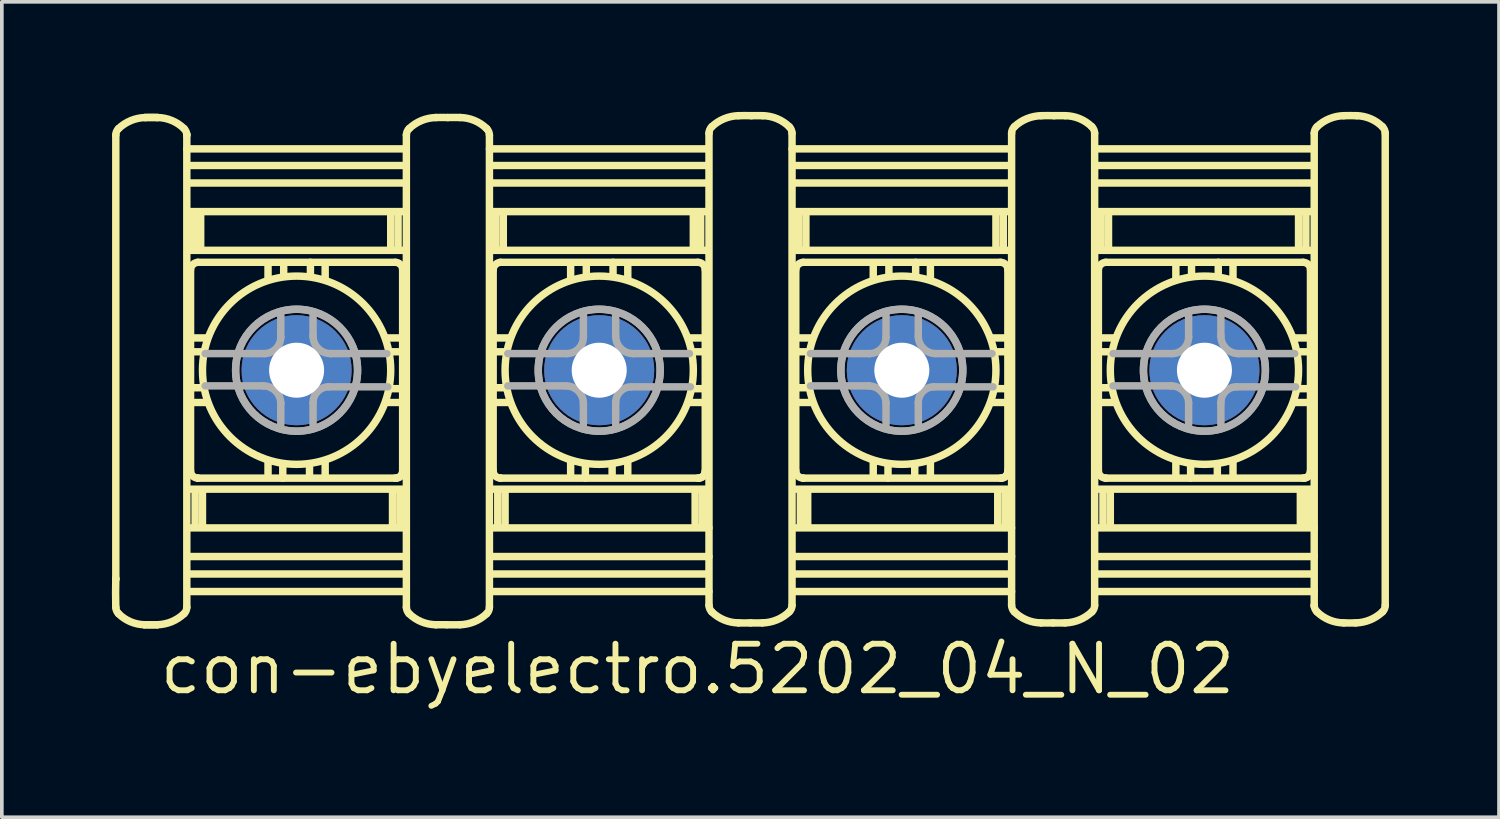
<source format=kicad_pcb>
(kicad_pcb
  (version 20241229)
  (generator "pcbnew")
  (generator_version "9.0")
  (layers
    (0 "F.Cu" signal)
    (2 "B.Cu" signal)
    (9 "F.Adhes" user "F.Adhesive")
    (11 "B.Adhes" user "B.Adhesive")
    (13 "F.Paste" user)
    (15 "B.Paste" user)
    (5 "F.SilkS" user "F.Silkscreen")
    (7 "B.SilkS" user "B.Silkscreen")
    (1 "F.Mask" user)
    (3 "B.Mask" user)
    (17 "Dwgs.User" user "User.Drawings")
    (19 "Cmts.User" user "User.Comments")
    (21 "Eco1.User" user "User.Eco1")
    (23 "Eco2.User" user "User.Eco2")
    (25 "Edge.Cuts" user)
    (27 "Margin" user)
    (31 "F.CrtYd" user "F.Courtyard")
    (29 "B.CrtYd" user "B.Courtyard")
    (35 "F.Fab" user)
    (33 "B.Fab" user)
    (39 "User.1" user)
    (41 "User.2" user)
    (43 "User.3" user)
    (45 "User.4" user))
  (footprint "con-ebyelectro.5202_04_N_02"
    (layer "F.Cu")
    (at 17.411 7.043)
    (property "Reference" "con-ebyelectro.5202_04_N_02" (at -16.185 8.89 0) (layer "F.SilkS") (effects (font (size 1.27 1.27) (thickness 0.16)) (justify left bottom)))
    (attr through_hole)
    (fp_line (start -17.304 -6.411) (end -17.304 5.682) (stroke (width 0.203) (type default)) (layer "F.SilkS"))
    (fp_line (start -17.304 5.682) (end -17.304 5.707) (stroke (width 0.203) (type default)) (layer "F.SilkS"))
    (fp_line (start -15.368 -6.411) (end -15.368 -6.436) (stroke (width 0.203) (type default)) (layer "F.SilkS"))
    (fp_line (start -15.368 6.461) (end -15.368 -6.411) (stroke (width 0.203) (type default)) (layer "F.SilkS"))
    (fp_line (start -15.342 3.243) (end -9.433 3.243) (stroke (width 0.203) (type default)) (layer "F.SilkS"))
    (fp_line (start -15.342 4.299) (end -9.383 4.299) (stroke (width 0.203) (type default)) (layer "F.SilkS"))
    (fp_line (start -15.342 5.079) (end -9.383 5.079) (stroke (width 0.203) (type default)) (layer "F.SilkS"))
    (fp_line (start -15.342 5.556) (end -9.408 5.556) (stroke (width 0.203) (type default)) (layer "F.SilkS"))
    (fp_line (start -15.342 6.034) (end -9.383 6.034) (stroke (width 0.203) (type default)) (layer "F.SilkS"))
    (fp_line (start -15.317 0.88) (end -14.814 0.88) (stroke (width 0.203) (type default)) (layer "F.SilkS"))
    (fp_line (start -15.266 -2.741) (end -15.266 2.74) (stroke (width 0.203) (type default)) (layer "F.SilkS"))
    (fp_line (start -15.241 -0.88) (end -14.814 -0.88) (stroke (width 0.203) (type default)) (layer "F.SilkS"))
    (fp_line (start -15.241 -0.503) (end -14.914 -0.503) (stroke (width 0.203) (type default)) (layer "F.SilkS"))
    (fp_line (start -15.241 0.478) (end -14.914 0.478) (stroke (width 0.203) (type default)) (layer "F.SilkS"))
    (fp_line (start -15.19 -3.319) (end -15.19 -4.299) (stroke (width 0.203) (type default)) (layer "F.SilkS"))
    (fp_line (start -15.141 3.268) (end -15.141 4.274) (stroke (width 0.203) (type default)) (layer "F.SilkS"))
    (fp_line (start -15.065 2.942) (end -15.065 2.942) (stroke (width 0.203) (type default)) (layer "F.SilkS"))
    (fp_line (start -15.065 2.942) (end -9.66 2.942) (stroke (width 0.203) (type default)) (layer "F.SilkS"))
    (fp_line (start -14.99 -3.294) (end -14.99 -4.274) (stroke (width 0.203) (type default)) (layer "F.SilkS"))
    (fp_line (start -14.941 3.293) (end -14.941 4.274) (stroke (width 0.203) (type default)) (layer "F.SilkS"))
    (fp_line (start -13.154 -2.464) (end -13.154 -2.917) (stroke (width 0.203) (type default)) (layer "F.SilkS"))
    (fp_line (start -13.154 2.917) (end -13.154 2.489) (stroke (width 0.203) (type default)) (layer "F.SilkS"))
    (fp_line (start -12.752 2.942) (end -12.752 2.564) (stroke (width 0.203) (type default)) (layer "F.SilkS"))
    (fp_line (start -12.727 -2.564) (end -12.727 -2.917) (stroke (width 0.203) (type default)) (layer "F.SilkS"))
    (fp_line (start -12.023 2.564) (end -12.023 2.917) (stroke (width 0.203) (type default)) (layer "F.SilkS"))
    (fp_line (start -11.998 -2.942) (end -11.998 -2.564) (stroke (width 0.203) (type default)) (layer "F.SilkS"))
    (fp_line (start -11.596 -2.917) (end -11.596 -2.489) (stroke (width 0.203) (type default)) (layer "F.SilkS"))
    (fp_line (start -11.596 2.464) (end -11.596 2.917) (stroke (width 0.203) (type default)) (layer "F.SilkS"))
    (fp_line (start -9.809 -3.319) (end -9.809 -4.274) (stroke (width 0.203) (type default)) (layer "F.SilkS"))
    (fp_line (start -9.76 3.294) (end -9.76 4.274) (stroke (width 0.203) (type default)) (layer "F.SilkS"))
    (fp_line (start -9.686 -2.942) (end -15.067 -2.942) (stroke (width 0.203) (type default)) (layer "F.SilkS"))
    (fp_line (start -9.609 -3.294) (end -9.609 -4.249) (stroke (width 0.203) (type default)) (layer "F.SilkS"))
    (fp_line (start -9.56 3.293) (end -9.56 4.274) (stroke (width 0.203) (type default)) (layer "F.SilkS"))
    (fp_line (start -9.509 -0.88) (end -9.936 -0.88) (stroke (width 0.203) (type default)) (layer "F.SilkS"))
    (fp_line (start -9.509 -0.503) (end -9.81 -0.503) (stroke (width 0.203) (type default)) (layer "F.SilkS"))
    (fp_line (start -9.509 0.503) (end -9.836 0.503) (stroke (width 0.203) (type default)) (layer "F.SilkS"))
    (fp_line (start -9.509 0.88) (end -9.936 0.88) (stroke (width 0.203) (type default)) (layer "F.SilkS"))
    (fp_line (start -9.484 2.766) (end -9.484 -2.74) (stroke (width 0.203) (type default)) (layer "F.SilkS"))
    (fp_line (start -9.432 -5.581) (end -15.34 -5.581) (stroke (width 0.203) (type default)) (layer "F.SilkS"))
    (fp_line (start -9.432 -5.104) (end -15.34 -5.104) (stroke (width 0.203) (type default)) (layer "F.SilkS"))
    (fp_line (start -9.432 -4.324) (end -15.34 -4.324) (stroke (width 0.203) (type default)) (layer "F.SilkS"))
    (fp_line (start -9.432 -3.268) (end -15.29 -3.268) (stroke (width 0.203) (type default)) (layer "F.SilkS"))
    (fp_line (start -9.408 -6.034) (end -15.367 -6.034) (stroke (width 0.203) (type default)) (layer "F.SilkS"))
    (fp_line (start -9.382 -6.411) (end -9.382 6.462) (stroke (width 0.203) (type default)) (layer "F.SilkS"))
    (fp_line (start -7.118 6.461) (end -7.118 -6.411) (stroke (width 0.203) (type default)) (layer "F.SilkS"))
    (fp_line (start -7.092 3.243) (end -1.183 3.243) (stroke (width 0.203) (type default)) (layer "F.SilkS"))
    (fp_line (start -7.092 4.299) (end -1.133 4.299) (stroke (width 0.203) (type default)) (layer "F.SilkS"))
    (fp_line (start -7.092 5.079) (end -1.133 5.079) (stroke (width 0.203) (type default)) (layer "F.SilkS"))
    (fp_line (start -7.092 5.556) (end -1.158 5.556) (stroke (width 0.203) (type default)) (layer "F.SilkS"))
    (fp_line (start -7.092 6.034) (end -1.133 6.034) (stroke (width 0.203) (type default)) (layer "F.SilkS"))
    (fp_line (start -7.067 0.88) (end -6.564 0.88) (stroke (width 0.203) (type default)) (layer "F.SilkS"))
    (fp_line (start -7.016 -2.741) (end -7.016 2.74) (stroke (width 0.203) (type default)) (layer "F.SilkS"))
    (fp_line (start -6.991 -0.88) (end -6.564 -0.88) (stroke (width 0.203) (type default)) (layer "F.SilkS"))
    (fp_line (start -6.991 -0.503) (end -6.664 -0.503) (stroke (width 0.203) (type default)) (layer "F.SilkS"))
    (fp_line (start -6.991 0.478) (end -6.664 0.478) (stroke (width 0.203) (type default)) (layer "F.SilkS"))
    (fp_line (start -6.939 -3.319) (end -6.939 -4.299) (stroke (width 0.203) (type default)) (layer "F.SilkS"))
    (fp_line (start -6.891 3.268) (end -6.891 4.274) (stroke (width 0.203) (type default)) (layer "F.SilkS"))
    (fp_line (start -6.815 2.942) (end -6.815 2.942) (stroke (width 0.203) (type default)) (layer "F.SilkS"))
    (fp_line (start -6.815 2.942) (end -1.41 2.942) (stroke (width 0.203) (type default)) (layer "F.SilkS"))
    (fp_line (start -6.74 -3.294) (end -6.74 -4.274) (stroke (width 0.203) (type default)) (layer "F.SilkS"))
    (fp_line (start -6.691 3.293) (end -6.691 4.274) (stroke (width 0.203) (type default)) (layer "F.SilkS"))
    (fp_line (start -4.904 -2.464) (end -4.904 -2.917) (stroke (width 0.203) (type default)) (layer "F.SilkS"))
    (fp_line (start -4.904 2.917) (end -4.904 2.489) (stroke (width 0.203) (type default)) (layer "F.SilkS"))
    (fp_line (start -4.502 2.942) (end -4.502 2.564) (stroke (width 0.203) (type default)) (layer "F.SilkS"))
    (fp_line (start -4.477 -2.564) (end -4.477 -2.917) (stroke (width 0.203) (type default)) (layer "F.SilkS"))
    (fp_line (start -3.773 2.564) (end -3.773 2.917) (stroke (width 0.203) (type default)) (layer "F.SilkS"))
    (fp_line (start -3.748 -2.942) (end -3.748 -2.564) (stroke (width 0.203) (type default)) (layer "F.SilkS"))
    (fp_line (start -3.346 -2.917) (end -3.346 -2.489) (stroke (width 0.203) (type default)) (layer "F.SilkS"))
    (fp_line (start -3.346 2.464) (end -3.346 2.917) (stroke (width 0.203) (type default)) (layer "F.SilkS"))
    (fp_line (start -1.559 -3.319) (end -1.559 -4.274) (stroke (width 0.203) (type default)) (layer "F.SilkS"))
    (fp_line (start -1.51 3.294) (end -1.51 4.274) (stroke (width 0.203) (type default)) (layer "F.SilkS"))
    (fp_line (start -1.436 -2.942) (end -6.817 -2.942) (stroke (width 0.203) (type default)) (layer "F.SilkS"))
    (fp_line (start -1.359 -3.294) (end -1.359 -4.249) (stroke (width 0.203) (type default)) (layer "F.SilkS"))
    (fp_line (start -1.31 3.293) (end -1.31 4.274) (stroke (width 0.203) (type default)) (layer "F.SilkS"))
    (fp_line (start -1.259 -0.88) (end -1.686 -0.88) (stroke (width 0.203) (type default)) (layer "F.SilkS"))
    (fp_line (start -1.259 -0.503) (end -1.56 -0.503) (stroke (width 0.203) (type default)) (layer "F.SilkS"))
    (fp_line (start -1.259 0.503) (end -1.586 0.503) (stroke (width 0.203) (type default)) (layer "F.SilkS"))
    (fp_line (start -1.259 0.88) (end -1.686 0.88) (stroke (width 0.203) (type default)) (layer "F.SilkS"))
    (fp_line (start -1.234 2.766) (end -1.234 -2.74) (stroke (width 0.203) (type default)) (layer "F.SilkS"))
    (fp_line (start -1.182 -5.581) (end -7.09 -5.581) (stroke (width 0.203) (type default)) (layer "F.SilkS"))
    (fp_line (start -1.182 -5.104) (end -7.09 -5.104) (stroke (width 0.203) (type default)) (layer "F.SilkS"))
    (fp_line (start -1.182 -4.324) (end -7.09 -4.324) (stroke (width 0.203) (type default)) (layer "F.SilkS"))
    (fp_line (start -1.182 -3.268) (end -7.04 -3.268) (stroke (width 0.203) (type default)) (layer "F.SilkS"))
    (fp_line (start -1.158 -6.034) (end -7.117 -6.034) (stroke (width 0.203) (type default)) (layer "F.SilkS"))
    (fp_line (start -1.132 -6.461) (end -1.132 6.411) (stroke (width 0.203) (type default)) (layer "F.SilkS"))
    (fp_line (start 1.132 6.411) (end 1.132 -6.462) (stroke (width 0.203) (type default)) (layer "F.SilkS"))
    (fp_line (start 1.158 3.243) (end 7.067 3.243) (stroke (width 0.203) (type default)) (layer "F.SilkS"))
    (fp_line (start 1.158 4.299) (end 7.117 4.299) (stroke (width 0.203) (type default)) (layer "F.SilkS"))
    (fp_line (start 1.158 5.079) (end 7.117 5.079) (stroke (width 0.203) (type default)) (layer "F.SilkS"))
    (fp_line (start 1.158 5.556) (end 7.092 5.556) (stroke (width 0.203) (type default)) (layer "F.SilkS"))
    (fp_line (start 1.158 6.034) (end 7.117 6.034) (stroke (width 0.203) (type default)) (layer "F.SilkS"))
    (fp_line (start 1.183 0.88) (end 1.686 0.88) (stroke (width 0.203) (type default)) (layer "F.SilkS"))
    (fp_line (start 1.234 -2.741) (end 1.234 2.74) (stroke (width 0.203) (type default)) (layer "F.SilkS"))
    (fp_line (start 1.259 -0.88) (end 1.686 -0.88) (stroke (width 0.203) (type default)) (layer "F.SilkS"))
    (fp_line (start 1.259 -0.503) (end 1.586 -0.503) (stroke (width 0.203) (type default)) (layer "F.SilkS"))
    (fp_line (start 1.259 0.478) (end 1.586 0.478) (stroke (width 0.203) (type default)) (layer "F.SilkS"))
    (fp_line (start 1.31 -3.319) (end 1.31 -4.299) (stroke (width 0.203) (type default)) (layer "F.SilkS"))
    (fp_line (start 1.359 3.268) (end 1.359 4.274) (stroke (width 0.203) (type default)) (layer "F.SilkS"))
    (fp_line (start 1.435 2.942) (end 1.435 2.942) (stroke (width 0.203) (type default)) (layer "F.SilkS"))
    (fp_line (start 1.435 2.942) (end 6.84 2.942) (stroke (width 0.203) (type default)) (layer "F.SilkS"))
    (fp_line (start 1.51 -3.294) (end 1.51 -4.274) (stroke (width 0.203) (type default)) (layer "F.SilkS"))
    (fp_line (start 1.559 3.293) (end 1.559 4.274) (stroke (width 0.203) (type default)) (layer "F.SilkS"))
    (fp_line (start 3.346 -2.464) (end 3.346 -2.917) (stroke (width 0.203) (type default)) (layer "F.SilkS"))
    (fp_line (start 3.346 2.917) (end 3.346 2.489) (stroke (width 0.203) (type default)) (layer "F.SilkS"))
    (fp_line (start 3.748 2.942) (end 3.748 2.564) (stroke (width 0.203) (type default)) (layer "F.SilkS"))
    (fp_line (start 3.773 -2.564) (end 3.773 -2.917) (stroke (width 0.203) (type default)) (layer "F.SilkS"))
    (fp_line (start 4.477 2.564) (end 4.477 2.917) (stroke (width 0.203) (type default)) (layer "F.SilkS"))
    (fp_line (start 4.502 -2.942) (end 4.502 -2.564) (stroke (width 0.203) (type default)) (layer "F.SilkS"))
    (fp_line (start 4.904 -2.917) (end 4.904 -2.489) (stroke (width 0.203) (type default)) (layer "F.SilkS"))
    (fp_line (start 4.904 2.464) (end 4.904 2.917) (stroke (width 0.203) (type default)) (layer "F.SilkS"))
    (fp_line (start 6.691 -3.319) (end 6.691 -4.274) (stroke (width 0.203) (type default)) (layer "F.SilkS"))
    (fp_line (start 6.74 3.294) (end 6.74 4.274) (stroke (width 0.203) (type default)) (layer "F.SilkS"))
    (fp_line (start 6.814 -2.942) (end 1.433 -2.942) (stroke (width 0.203) (type default)) (layer "F.SilkS"))
    (fp_line (start 6.891 -3.294) (end 6.891 -4.249) (stroke (width 0.203) (type default)) (layer "F.SilkS"))
    (fp_line (start 6.939 3.293) (end 6.939 4.274) (stroke (width 0.203) (type default)) (layer "F.SilkS"))
    (fp_line (start 6.991 -0.88) (end 6.564 -0.88) (stroke (width 0.203) (type default)) (layer "F.SilkS"))
    (fp_line (start 6.991 -0.503) (end 6.689 -0.503) (stroke (width 0.203) (type default)) (layer "F.SilkS"))
    (fp_line (start 6.991 0.503) (end 6.664 0.503) (stroke (width 0.203) (type default)) (layer "F.SilkS"))
    (fp_line (start 6.991 0.88) (end 6.564 0.88) (stroke (width 0.203) (type default)) (layer "F.SilkS"))
    (fp_line (start 7.016 2.766) (end 7.016 -2.74) (stroke (width 0.203) (type default)) (layer "F.SilkS"))
    (fp_line (start 7.068 -5.581) (end 1.16 -5.581) (stroke (width 0.203) (type default)) (layer "F.SilkS"))
    (fp_line (start 7.068 -5.104) (end 1.16 -5.104) (stroke (width 0.203) (type default)) (layer "F.SilkS"))
    (fp_line (start 7.068 -4.324) (end 1.16 -4.324) (stroke (width 0.203) (type default)) (layer "F.SilkS"))
    (fp_line (start 7.068 -3.268) (end 1.21 -3.268) (stroke (width 0.203) (type default)) (layer "F.SilkS"))
    (fp_line (start 7.092 -6.034) (end 1.133 -6.034) (stroke (width 0.203) (type default)) (layer "F.SilkS"))
    (fp_line (start 7.118 -6.461) (end 7.118 6.411) (stroke (width 0.203) (type default)) (layer "F.SilkS"))
    (fp_line (start 9.382 6.411) (end 9.382 -6.462) (stroke (width 0.203) (type default)) (layer "F.SilkS"))
    (fp_line (start 9.408 3.243) (end 15.317 3.243) (stroke (width 0.203) (type default)) (layer "F.SilkS"))
    (fp_line (start 9.408 4.299) (end 15.367 4.299) (stroke (width 0.203) (type default)) (layer "F.SilkS"))
    (fp_line (start 9.408 5.079) (end 15.367 5.079) (stroke (width 0.203) (type default)) (layer "F.SilkS"))
    (fp_line (start 9.408 5.556) (end 15.342 5.556) (stroke (width 0.203) (type default)) (layer "F.SilkS"))
    (fp_line (start 9.408 6.034) (end 15.367 6.034) (stroke (width 0.203) (type default)) (layer "F.SilkS"))
    (fp_line (start 9.433 0.88) (end 9.936 0.88) (stroke (width 0.203) (type default)) (layer "F.SilkS"))
    (fp_line (start 9.484 -2.741) (end 9.484 2.74) (stroke (width 0.203) (type default)) (layer "F.SilkS"))
    (fp_line (start 9.509 -0.88) (end 9.936 -0.88) (stroke (width 0.203) (type default)) (layer "F.SilkS"))
    (fp_line (start 9.509 -0.503) (end 9.836 -0.503) (stroke (width 0.203) (type default)) (layer "F.SilkS"))
    (fp_line (start 9.509 0.478) (end 9.836 0.478) (stroke (width 0.203) (type default)) (layer "F.SilkS"))
    (fp_line (start 9.56 -3.319) (end 9.56 -4.299) (stroke (width 0.203) (type default)) (layer "F.SilkS"))
    (fp_line (start 9.609 3.268) (end 9.609 4.274) (stroke (width 0.203) (type default)) (layer "F.SilkS"))
    (fp_line (start 9.685 2.942) (end 9.685 2.942) (stroke (width 0.203) (type default)) (layer "F.SilkS"))
    (fp_line (start 9.685 2.942) (end 15.09 2.942) (stroke (width 0.203) (type default)) (layer "F.SilkS"))
    (fp_line (start 9.76 -3.294) (end 9.76 -4.274) (stroke (width 0.203) (type default)) (layer "F.SilkS"))
    (fp_line (start 9.809 3.293) (end 9.809 4.274) (stroke (width 0.203) (type default)) (layer "F.SilkS"))
    (fp_line (start 11.596 -2.464) (end 11.596 -2.917) (stroke (width 0.203) (type default)) (layer "F.SilkS"))
    (fp_line (start 11.596 2.917) (end 11.596 2.489) (stroke (width 0.203) (type default)) (layer "F.SilkS"))
    (fp_line (start 11.998 2.942) (end 11.998 2.564) (stroke (width 0.203) (type default)) (layer "F.SilkS"))
    (fp_line (start 12.023 -2.564) (end 12.023 -2.917) (stroke (width 0.203) (type default)) (layer "F.SilkS"))
    (fp_line (start 12.727 2.564) (end 12.727 2.917) (stroke (width 0.203) (type default)) (layer "F.SilkS"))
    (fp_line (start 12.752 -2.942) (end 12.752 -2.564) (stroke (width 0.203) (type default)) (layer "F.SilkS"))
    (fp_line (start 13.154 -2.917) (end 13.154 -2.489) (stroke (width 0.203) (type default)) (layer "F.SilkS"))
    (fp_line (start 13.154 2.464) (end 13.154 2.917) (stroke (width 0.203) (type default)) (layer "F.SilkS"))
    (fp_line (start 14.941 -3.319) (end 14.941 -4.274) (stroke (width 0.203) (type default)) (layer "F.SilkS"))
    (fp_line (start 14.99 3.294) (end 14.99 4.274) (stroke (width 0.203) (type default)) (layer "F.SilkS"))
    (fp_line (start 15.064 -2.942) (end 9.683 -2.942) (stroke (width 0.203) (type default)) (layer "F.SilkS"))
    (fp_line (start 15.141 -3.294) (end 15.141 -4.249) (stroke (width 0.203) (type default)) (layer "F.SilkS"))
    (fp_line (start 15.19 3.293) (end 15.19 4.274) (stroke (width 0.203) (type default)) (layer "F.SilkS"))
    (fp_line (start 15.241 -0.88) (end 14.814 -0.88) (stroke (width 0.203) (type default)) (layer "F.SilkS"))
    (fp_line (start 15.241 -0.503) (end 14.94 -0.503) (stroke (width 0.203) (type default)) (layer "F.SilkS"))
    (fp_line (start 15.241 0.503) (end 14.914 0.503) (stroke (width 0.203) (type default)) (layer "F.SilkS"))
    (fp_line (start 15.241 0.88) (end 14.814 0.88) (stroke (width 0.203) (type default)) (layer "F.SilkS"))
    (fp_line (start 15.266 2.766) (end 15.266 -2.74) (stroke (width 0.203) (type default)) (layer "F.SilkS"))
    (fp_line (start 15.318 -5.581) (end 9.41 -5.581) (stroke (width 0.203) (type default)) (layer "F.SilkS"))
    (fp_line (start 15.318 -5.104) (end 9.41 -5.104) (stroke (width 0.203) (type default)) (layer "F.SilkS"))
    (fp_line (start 15.318 -4.324) (end 9.41 -4.324) (stroke (width 0.203) (type default)) (layer "F.SilkS"))
    (fp_line (start 15.318 -3.268) (end 9.46 -3.268) (stroke (width 0.203) (type default)) (layer "F.SilkS"))
    (fp_line (start 15.342 -6.034) (end 9.383 -6.034) (stroke (width 0.203) (type default)) (layer "F.SilkS"))
    (fp_line (start 15.368 -6.461) (end 15.368 6.411) (stroke (width 0.203) (type default)) (layer "F.SilkS"))
    (fp_line (start 15.368 6.411) (end 15.368 6.436) (stroke (width 0.203) (type default)) (layer "F.SilkS"))
    (fp_line (start 17.304 6.411) (end 17.304 -6.461) (stroke (width 0.203) (type default)) (layer "F.SilkS"))
    (fp_arc (start -17.3043 -6.4114) (mid -17.28464 -6.507115) (end -17.2288 -6.5873) (stroke (width 0.2032) (type default)) (layer "F.SilkS"))
    (fp_arc (start -17.3043 6.4614) (mid -17.309282 6.0717) (end -17.3043 5.682) (stroke (width 0.2032) (type default)) (layer "F.SilkS"))
    (fp_arc (start -17.2288 -6.5873) (mid -16.892278 -6.805911) (end -16.4997 -6.8891) (stroke (width 0.2032) (type default)) (layer "F.SilkS"))
    (fp_arc (start -17.2288 6.6373) (mid -17.283454 6.556605) (end -17.3043 6.4614) (stroke (width 0.2032) (type default)) (layer "F.SilkS"))
    (fp_arc (start -16.5249 6.9391) (mid -16.905904 6.855963) (end -17.2288 6.6373) (stroke (width 0.2032) (type default)) (layer "F.SilkS"))
    (fp_arc (start -16.4997 -6.8891) (mid -16.33625 -6.891161) (end -16.1728 -6.8891) (stroke (width 0.2032) (type default)) (layer "F.SilkS"))
    (fp_arc (start -16.4997 -6.8891) (mid -16.33625 -6.891161) (end -16.1728 -6.8891) (stroke (width 0.2032) (type default)) (layer "F.SilkS"))
    (fp_arc (start -16.1729 6.9391) (mid -16.3489 6.94132) (end -16.5249 6.9391) (stroke (width 0.2032) (type default)) (layer "F.SilkS"))
    (fp_arc (start -16.1729 6.9391) (mid -16.3489 6.94132) (end -16.5249 6.9391) (stroke (width 0.2032) (type default)) (layer "F.SilkS"))
    (fp_arc (start -16.1728 -6.8891) (mid -15.77925 -6.808371) (end -15.4438 -6.5873) (stroke (width 0.2032) (type default)) (layer "F.SilkS"))
    (fp_arc (start -15.4438 -6.5873) (mid -15.389146 -6.506605) (end -15.3683 -6.4114) (stroke (width 0.2032) (type default)) (layer "F.SilkS"))
    (fp_arc (start -15.4438 6.6373) (mid -15.780328 6.855897) (end -16.1729 6.9391) (stroke (width 0.2032) (type default)) (layer "F.SilkS"))
    (fp_arc (start -15.3683 6.4614) (mid -15.38796 6.557115) (end -15.4438 6.6373) (stroke (width 0.2032) (type default)) (layer "F.SilkS"))
    (fp_arc (start -15.2663 -2.7406) (mid -15.204503 -2.878969) (end -15.0666 -2.9418) (stroke (width 0.2032) (type default)) (layer "F.SilkS"))
    (fp_arc (start -15.0651 2.9416) (mid -15.20737 2.88267) (end -15.2663 2.7404) (stroke (width 0.2032) (type default)) (layer "F.SilkS"))
    (fp_arc (start -9.6849 -2.9417) (mid -9.54263 -2.88277) (end -9.4837 -2.7405) (stroke (width 0.2032) (type default)) (layer "F.SilkS"))
    (fp_arc (start -9.4837 2.7657) (mid -9.53522 2.89008) (end -9.6596 2.9416) (stroke (width 0.2032) (type default)) (layer "F.SilkS"))
    (fp_arc (start -9.4822 2.7406) (mid -9.54113 2.88287) (end -9.6834 2.9418) (stroke (width 0.2032) (type default)) (layer "F.SilkS"))
    (fp_arc (start -9.3817 -6.4111) (mid -9.36204 -6.506815) (end -9.3062 -6.587) (stroke (width 0.2032) (type default)) (layer "F.SilkS"))
    (fp_arc (start -9.3062 -6.587) (mid -8.969672 -6.805597) (end -8.5771 -6.8888) (stroke (width 0.2032) (type default)) (layer "F.SilkS"))
    (fp_arc (start -9.3062 6.6376) (mid -9.360854 6.556905) (end -9.3817 6.4617) (stroke (width 0.2032) (type default)) (layer "F.SilkS"))
    (fp_arc (start -8.5772 6.9394) (mid -8.97075 6.858671) (end -9.3062 6.6376) (stroke (width 0.2032) (type default)) (layer "F.SilkS"))
    (fp_arc (start -8.5771 -6.8888) (mid -8.414401 -6.890883) (end -8.2517 -6.8889) (stroke (width 0.2032) (type default)) (layer "F.SilkS"))
    (fp_arc (start -8.2769 6.9392) (mid -8.427049 6.941177) (end -8.5772 6.9394) (stroke (width 0.2032) (type default)) (layer "F.SilkS"))
    (fp_arc (start -8.2517 -6.8889) (mid -8.087251 -6.891055) (end -7.9228 -6.8891) (stroke (width 0.2032) (type default)) (layer "F.SilkS"))
    (fp_arc (start -7.9229 6.9391) (mid -8.099899 6.941362) (end -8.2769 6.9392) (stroke (width 0.2032) (type default)) (layer "F.SilkS"))
    (fp_arc (start -7.9228 -6.8891) (mid -7.52925 -6.808371) (end -7.1938 -6.5873) (stroke (width 0.2032) (type default)) (layer "F.SilkS"))
    (fp_arc (start -7.1938 -6.5873) (mid -7.139146 -6.506605) (end -7.1183 -6.4114) (stroke (width 0.2032) (type default)) (layer "F.SilkS"))
    (fp_arc (start -7.1938 6.6373) (mid -7.530328 6.855897) (end -7.9229 6.9391) (stroke (width 0.2032) (type default)) (layer "F.SilkS"))
    (fp_arc (start -7.1183 6.4614) (mid -7.13796 6.557115) (end -7.1938 6.6373) (stroke (width 0.2032) (type default)) (layer "F.SilkS"))
    (fp_arc (start -7.0163 -2.7406) (mid -6.954503 -2.878969) (end -6.8166 -2.9418) (stroke (width 0.2032) (type default)) (layer "F.SilkS"))
    (fp_arc (start -6.8151 2.9416) (mid -6.95737 2.88267) (end -7.0163 2.7404) (stroke (width 0.2032) (type default)) (layer "F.SilkS"))
    (fp_arc (start -1.4349 -2.9417) (mid -1.29263 -2.88277) (end -1.2337 -2.7405) (stroke (width 0.2032) (type default)) (layer "F.SilkS"))
    (fp_arc (start -1.2337 2.7657) (mid -1.28522 2.89008) (end -1.4096 2.9416) (stroke (width 0.2032) (type default)) (layer "F.SilkS"))
    (fp_arc (start -1.2322 2.7406) (mid -1.29113 2.88287) (end -1.4334 2.9418) (stroke (width 0.2032) (type default)) (layer "F.SilkS"))
    (fp_arc (start -1.1317 -6.4614) (mid -1.11204 -6.557115) (end -1.0562 -6.6373) (stroke (width 0.2032) (type default)) (layer "F.SilkS"))
    (fp_arc (start -1.0562 -6.6373) (mid -0.719672 -6.855897) (end -0.3271 -6.9391) (stroke (width 0.2032) (type default)) (layer "F.SilkS"))
    (fp_arc (start -1.0562 6.5873) (mid -1.110854 6.506605) (end -1.1317 6.4114) (stroke (width 0.2032) (type default)) (layer "F.SilkS"))
    (fp_arc (start -0.3272 6.8891) (mid -0.72075 6.808371) (end -1.0562 6.5873) (stroke (width 0.2032) (type default)) (layer "F.SilkS"))
    (fp_arc (start -0.3271 -6.9391) (mid -0.150101 -6.941362) (end 0.0269 -6.9392) (stroke (width 0.2032) (type default)) (layer "F.SilkS"))
    (fp_arc (start 0.0017 6.8889) (mid -0.162749 6.891055) (end -0.3272 6.8891) (stroke (width 0.2032) (type default)) (layer "F.SilkS"))
    (fp_arc (start 0.0269 -6.9392) (mid 0.177049 -6.941177) (end 0.3272 -6.9394) (stroke (width 0.2032) (type default)) (layer "F.SilkS"))
    (fp_arc (start 0.3271 6.8888) (mid 0.164401 6.890883) (end 0.0017 6.8889) (stroke (width 0.2032) (type default)) (layer "F.SilkS"))
    (fp_arc (start 0.3272 -6.9394) (mid 0.72075 -6.858671) (end 1.0562 -6.6376) (stroke (width 0.2032) (type default)) (layer "F.SilkS"))
    (fp_arc (start 1.0562 -6.6376) (mid 1.110854 -6.556905) (end 1.1317 -6.4617) (stroke (width 0.2032) (type default)) (layer "F.SilkS"))
    (fp_arc (start 1.0562 6.587) (mid 0.719672 6.805597) (end 0.3271 6.8888) (stroke (width 0.2032) (type default)) (layer "F.SilkS"))
    (fp_arc (start 1.1317 6.4111) (mid 1.11204 6.506815) (end 1.0562 6.587) (stroke (width 0.2032) (type default)) (layer "F.SilkS"))
    (fp_arc (start 1.2337 -2.7406) (mid 1.295497 -2.878969) (end 1.4334 -2.9418) (stroke (width 0.2032) (type default)) (layer "F.SilkS"))
    (fp_arc (start 1.4349 2.9416) (mid 1.29263 2.88267) (end 1.2337 2.7404) (stroke (width 0.2032) (type default)) (layer "F.SilkS"))
    (fp_arc (start 6.8151 -2.9417) (mid 6.95737 -2.88277) (end 7.0163 -2.7405) (stroke (width 0.2032) (type default)) (layer "F.SilkS"))
    (fp_arc (start 7.0163 2.7657) (mid 6.96478 2.89008) (end 6.8404 2.9416) (stroke (width 0.2032) (type default)) (layer "F.SilkS"))
    (fp_arc (start 7.0178 2.7406) (mid 6.95887 2.88287) (end 6.8166 2.9418) (stroke (width 0.2032) (type default)) (layer "F.SilkS"))
    (fp_arc (start 7.1183 -6.4614) (mid 7.13796 -6.557115) (end 7.1938 -6.6373) (stroke (width 0.2032) (type default)) (layer "F.SilkS"))
    (fp_arc (start 7.1938 -6.6373) (mid 7.530328 -6.855897) (end 7.9229 -6.9391) (stroke (width 0.2032) (type default)) (layer "F.SilkS"))
    (fp_arc (start 7.1938 6.5873) (mid 7.139146 6.506605) (end 7.1183 6.4114) (stroke (width 0.2032) (type default)) (layer "F.SilkS"))
    (fp_arc (start 7.9228 6.8891) (mid 7.52925 6.808371) (end 7.1938 6.5873) (stroke (width 0.2032) (type default)) (layer "F.SilkS"))
    (fp_arc (start 7.9229 -6.9391) (mid 8.099899 -6.941362) (end 8.2769 -6.9392) (stroke (width 0.2032) (type default)) (layer "F.SilkS"))
    (fp_arc (start 8.2517 6.8889) (mid 8.087251 6.891055) (end 7.9228 6.8891) (stroke (width 0.2032) (type default)) (layer "F.SilkS"))
    (fp_arc (start 8.2769 -6.9392) (mid 8.427049 -6.941177) (end 8.5772 -6.9394) (stroke (width 0.2032) (type default)) (layer "F.SilkS"))
    (fp_arc (start 8.5771 6.8888) (mid 8.414401 6.890883) (end 8.2517 6.8889) (stroke (width 0.2032) (type default)) (layer "F.SilkS"))
    (fp_arc (start 8.5772 -6.9394) (mid 8.97075 -6.858671) (end 9.3062 -6.6376) (stroke (width 0.2032) (type default)) (layer "F.SilkS"))
    (fp_arc (start 9.3062 -6.6376) (mid 9.360854 -6.556905) (end 9.3817 -6.4617) (stroke (width 0.2032) (type default)) (layer "F.SilkS"))
    (fp_arc (start 9.3062 6.587) (mid 8.969672 6.805597) (end 8.5771 6.8888) (stroke (width 0.2032) (type default)) (layer "F.SilkS"))
    (fp_arc (start 9.3817 6.4111) (mid 9.36204 6.506815) (end 9.3062 6.587) (stroke (width 0.2032) (type default)) (layer "F.SilkS"))
    (fp_arc (start 9.4837 -2.7406) (mid 9.545497 -2.878969) (end 9.6834 -2.9418) (stroke (width 0.2032) (type default)) (layer "F.SilkS"))
    (fp_arc (start 9.6849 2.9416) (mid 9.54263 2.88267) (end 9.4837 2.7404) (stroke (width 0.2032) (type default)) (layer "F.SilkS"))
    (fp_arc (start 15.0651 -2.9417) (mid 15.20737 -2.88277) (end 15.2663 -2.7405) (stroke (width 0.2032) (type default)) (layer "F.SilkS"))
    (fp_arc (start 15.2663 2.7657) (mid 15.21478 2.89008) (end 15.0904 2.9416) (stroke (width 0.2032) (type default)) (layer "F.SilkS"))
    (fp_arc (start 15.2678 2.7406) (mid 15.20887 2.88287) (end 15.0666 2.9418) (stroke (width 0.2032) (type default)) (layer "F.SilkS"))
    (fp_arc (start 15.3683 -6.4614) (mid 15.38796 -6.557115) (end 15.4438 -6.6373) (stroke (width 0.2032) (type default)) (layer "F.SilkS"))
    (fp_arc (start 15.4438 -6.6373) (mid 15.780328 -6.855897) (end 16.1729 -6.9391) (stroke (width 0.2032) (type default)) (layer "F.SilkS"))
    (fp_arc (start 15.4438 6.5873) (mid 15.389146 6.506605) (end 15.3683 6.4114) (stroke (width 0.2032) (type default)) (layer "F.SilkS"))
    (fp_arc (start 16.1728 6.8891) (mid 15.77925 6.808371) (end 15.4438 6.5873) (stroke (width 0.2032) (type default)) (layer "F.SilkS"))
    (fp_arc (start 16.1729 -6.9391) (mid 16.3489 -6.94132) (end 16.5249 -6.9391) (stroke (width 0.2032) (type default)) (layer "F.SilkS"))
    (fp_arc (start 16.4997 6.8891) (mid 16.33625 6.891161) (end 16.1728 6.8891) (stroke (width 0.2032) (type default)) (layer "F.SilkS"))
    (fp_arc (start 16.5249 -6.9391) (mid 16.905904 -6.855963) (end 17.2288 -6.6373) (stroke (width 0.2032) (type default)) (layer "F.SilkS"))
    (fp_arc (start 17.2288 -6.6373) (mid 17.283454 -6.556605) (end 17.3043 -6.4614) (stroke (width 0.2032) (type default)) (layer "F.SilkS"))
    (fp_arc (start 17.2288 6.5873) (mid 16.892278 6.805911) (end 16.4997 6.8891) (stroke (width 0.2032) (type default)) (layer "F.SilkS"))
    (fp_arc (start 17.3043 6.4114) (mid 17.28464 6.507115) (end 17.2288 6.5873) (stroke (width 0.2032) (type default)) (layer "F.SilkS"))
    (fp_circle (center -12.375 0) (end -9.809 0) (stroke (width 0.203) (type default)) (fill no) (layer "F.SilkS"))
    (fp_circle (center -4.125 0) (end -1.559 0) (stroke (width 0.203) (type default)) (fill no) (layer "F.SilkS"))
    (fp_circle (center 4.125 0) (end 6.691 0) (stroke (width 0.203) (type default)) (fill no) (layer "F.SilkS"))
    (fp_circle (center 12.375 0) (end 14.941 0) (stroke (width 0.203) (type default)) (fill no) (layer "F.SilkS"))
    (fp_line (start -14.867 -0.453) (end -13.258 -0.453) (stroke (width 0.203) (type default)) (layer "F.Fab"))
    (fp_line (start -14.867 0.427) (end -13.284 0.427) (stroke (width 0.203) (type default)) (layer "F.Fab"))
    (fp_line (start -12.806 -0.905) (end -12.806 -1.584) (stroke (width 0.203) (type default)) (layer "F.Fab"))
    (fp_line (start -12.806 0.905) (end -12.806 1.559) (stroke (width 0.203) (type default)) (layer "F.Fab"))
    (fp_line (start -11.926 -0.93) (end -11.926 -1.559) (stroke (width 0.203) (type default)) (layer "F.Fab"))
    (fp_line (start -11.926 0.88) (end -11.926 1.559) (stroke (width 0.203) (type default)) (layer "F.Fab"))
    (fp_line (start -9.915 -0.453) (end -11.448 -0.453) (stroke (width 0.203) (type default)) (layer "F.Fab"))
    (fp_line (start -9.889 0.453) (end -11.498 0.453) (stroke (width 0.203) (type default)) (layer "F.Fab"))
    (fp_line (start -6.617 -0.453) (end -5.008 -0.453) (stroke (width 0.203) (type default)) (layer "F.Fab"))
    (fp_line (start -6.617 0.427) (end -5.034 0.427) (stroke (width 0.203) (type default)) (layer "F.Fab"))
    (fp_line (start -4.556 -0.905) (end -4.556 -1.584) (stroke (width 0.203) (type default)) (layer "F.Fab"))
    (fp_line (start -4.556 0.905) (end -4.556 1.559) (stroke (width 0.203) (type default)) (layer "F.Fab"))
    (fp_line (start -3.676 -0.93) (end -3.676 -1.559) (stroke (width 0.203) (type default)) (layer "F.Fab"))
    (fp_line (start -3.676 0.88) (end -3.676 1.559) (stroke (width 0.203) (type default)) (layer "F.Fab"))
    (fp_line (start -1.665 -0.453) (end -3.198 -0.453) (stroke (width 0.203) (type default)) (layer "F.Fab"))
    (fp_line (start -1.639 0.453) (end -3.248 0.453) (stroke (width 0.203) (type default)) (layer "F.Fab"))
    (fp_line (start 1.633 -0.453) (end 3.242 -0.453) (stroke (width 0.203) (type default)) (layer "F.Fab"))
    (fp_line (start 1.633 0.427) (end 3.216 0.427) (stroke (width 0.203) (type default)) (layer "F.Fab"))
    (fp_line (start 3.694 -0.905) (end 3.694 -1.584) (stroke (width 0.203) (type default)) (layer "F.Fab"))
    (fp_line (start 3.694 0.905) (end 3.694 1.559) (stroke (width 0.203) (type default)) (layer "F.Fab"))
    (fp_line (start 4.574 -0.93) (end 4.574 -1.559) (stroke (width 0.203) (type default)) (layer "F.Fab"))
    (fp_line (start 4.574 0.88) (end 4.574 1.559) (stroke (width 0.203) (type default)) (layer "F.Fab"))
    (fp_line (start 6.585 -0.453) (end 5.052 -0.453) (stroke (width 0.203) (type default)) (layer "F.Fab"))
    (fp_line (start 6.611 0.453) (end 5.002 0.453) (stroke (width 0.203) (type default)) (layer "F.Fab"))
    (fp_line (start 9.883 -0.453) (end 11.492 -0.453) (stroke (width 0.203) (type default)) (layer "F.Fab"))
    (fp_line (start 9.883 0.427) (end 11.466 0.427) (stroke (width 0.203) (type default)) (layer "F.Fab"))
    (fp_line (start 11.944 -0.905) (end 11.944 -1.584) (stroke (width 0.203) (type default)) (layer "F.Fab"))
    (fp_line (start 11.944 0.905) (end 11.944 1.559) (stroke (width 0.203) (type default)) (layer "F.Fab"))
    (fp_line (start 12.824 -0.93) (end 12.824 -1.559) (stroke (width 0.203) (type default)) (layer "F.Fab"))
    (fp_line (start 12.824 0.88) (end 12.824 1.559) (stroke (width 0.203) (type default)) (layer "F.Fab"))
    (fp_line (start 14.835 -0.453) (end 13.302 -0.453) (stroke (width 0.203) (type default)) (layer "F.Fab"))
    (fp_line (start 14.861 0.453) (end 13.252 0.453) (stroke (width 0.203) (type default)) (layer "F.Fab"))
    (fp_arc (start -13.2835 0.4274) (mid -12.945715 0.567315) (end -12.8058 0.9051) (stroke (width 0.2032) (type default)) (layer "F.Fab"))
    (fp_arc (start -12.8058 -0.9051) (mid -12.938334 -0.585134) (end -13.2583 -0.4526) (stroke (width 0.2032) (type default)) (layer "F.Fab"))
    (fp_arc (start -11.9259 0.88) (mid -11.800717 0.577783) (end -11.4985 0.4526) (stroke (width 0.2032) (type default)) (layer "F.Fab"))
    (fp_arc (start -11.4482 -0.4526) (mid -11.785985 -0.592515) (end -11.9259 -0.9303) (stroke (width 0.2032) (type default)) (layer "F.Fab"))
    (fp_arc (start -5.0335 0.4274) (mid -4.695715 0.567315) (end -4.5558 0.9051) (stroke (width 0.2032) (type default)) (layer "F.Fab"))
    (fp_arc (start -4.5558 -0.9051) (mid -4.688334 -0.585134) (end -5.0083 -0.4526) (stroke (width 0.2032) (type default)) (layer "F.Fab"))
    (fp_arc (start -3.6759 0.88) (mid -3.550717 0.577783) (end -3.2485 0.4526) (stroke (width 0.2032) (type default)) (layer "F.Fab"))
    (fp_arc (start -3.1982 -0.4526) (mid -3.535985 -0.592515) (end -3.6759 -0.9303) (stroke (width 0.2032) (type default)) (layer "F.Fab"))
    (fp_arc (start 3.2165 0.4274) (mid 3.554285 0.567315) (end 3.6942 0.9051) (stroke (width 0.2032) (type default)) (layer "F.Fab"))
    (fp_arc (start 3.6942 -0.9051) (mid 3.561666 -0.585134) (end 3.2417 -0.4526) (stroke (width 0.2032) (type default)) (layer "F.Fab"))
    (fp_arc (start 4.5741 0.88) (mid 4.699283 0.577783) (end 5.0015 0.4526) (stroke (width 0.2032) (type default)) (layer "F.Fab"))
    (fp_arc (start 5.0518 -0.4526) (mid 4.714015 -0.592515) (end 4.5741 -0.9303) (stroke (width 0.2032) (type default)) (layer "F.Fab"))
    (fp_arc (start 11.4665 0.4274) (mid 11.804285 0.567315) (end 11.9442 0.9051) (stroke (width 0.2032) (type default)) (layer "F.Fab"))
    (fp_arc (start 11.9442 -0.9051) (mid 11.811666 -0.585134) (end 11.4917 -0.4526) (stroke (width 0.2032) (type default)) (layer "F.Fab"))
    (fp_arc (start 12.8241 0.88) (mid 12.949283 0.577783) (end 13.2515 0.4526) (stroke (width 0.2032) (type default)) (layer "F.Fab"))
    (fp_arc (start 13.3018 -0.4526) (mid 12.964015 -0.592515) (end 12.8241 -0.9303) (stroke (width 0.2032) (type default)) (layer "F.Fab"))
    (fp_circle (center -12.375 0) (end -10.713 0) (stroke (width 0.203) (type default)) (fill no) (layer "F.Fab"))
    (fp_circle (center -12.375 0) (end -10.713 0) (stroke (width 0.203) (type default)) (fill no) (layer "F.Fab"))
    (fp_circle (center -4.125 0) (end -2.463 0) (stroke (width 0.203) (type default)) (fill no) (layer "F.Fab"))
    (fp_circle (center -4.125 0) (end -2.463 0) (stroke (width 0.203) (type default)) (fill no) (layer "F.Fab"))
    (fp_circle (center 4.125 0) (end 5.787 0) (stroke (width 0.203) (type default)) (fill no) (layer "F.Fab"))
    (fp_circle (center 4.125 0) (end 5.787 0) (stroke (width 0.203) (type default)) (fill no) (layer "F.Fab"))
    (fp_circle (center 12.375 0) (end 14.037 0) (stroke (width 0.203) (type default)) (fill no) (layer "F.Fab"))
    (fp_circle (center 12.375 0) (end 14.037 0) (stroke (width 0.203) (type default)) (fill no) (layer "F.Fab"))
    (pad "1" thru_hole circle (at -12.375 0) (size 3 3) (drill 1.5) (layers "*.Cu" "*.Mask"))
    (pad "2" thru_hole circle (at -4.125 0) (size 3 3) (drill 1.5) (layers "*.Cu" "*.Mask"))
    (pad "3" thru_hole circle (at 4.125 0) (size 3 3) (drill 1.5) (layers "*.Cu" "*.Mask"))
    (pad "4" thru_hole circle (at 12.375 0) (size 3 3) (drill 1.5) (layers "*.Cu" "*.Mask")))
  (gr_rect
    (start -3 -3)
    (end 37.817 19.23)
    (stroke (width 0.1) (type default))
    (fill no)
    (layer "Edge.Cuts")))
</source>
